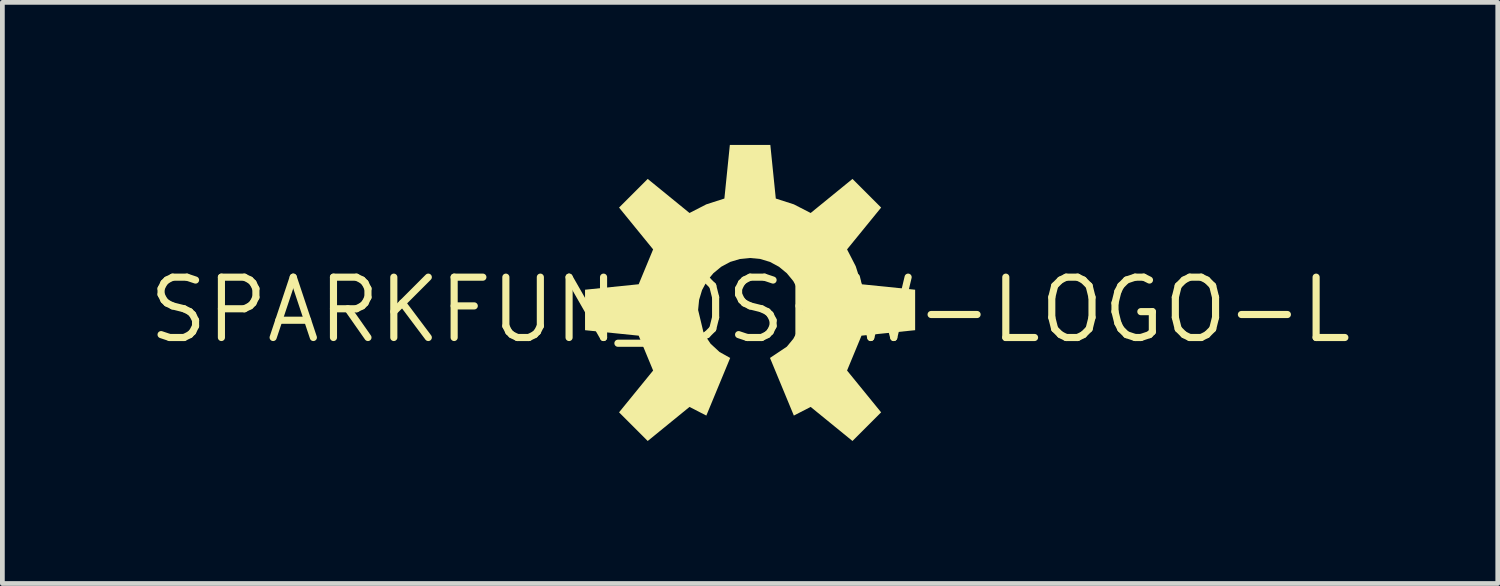
<source format=kicad_pcb>
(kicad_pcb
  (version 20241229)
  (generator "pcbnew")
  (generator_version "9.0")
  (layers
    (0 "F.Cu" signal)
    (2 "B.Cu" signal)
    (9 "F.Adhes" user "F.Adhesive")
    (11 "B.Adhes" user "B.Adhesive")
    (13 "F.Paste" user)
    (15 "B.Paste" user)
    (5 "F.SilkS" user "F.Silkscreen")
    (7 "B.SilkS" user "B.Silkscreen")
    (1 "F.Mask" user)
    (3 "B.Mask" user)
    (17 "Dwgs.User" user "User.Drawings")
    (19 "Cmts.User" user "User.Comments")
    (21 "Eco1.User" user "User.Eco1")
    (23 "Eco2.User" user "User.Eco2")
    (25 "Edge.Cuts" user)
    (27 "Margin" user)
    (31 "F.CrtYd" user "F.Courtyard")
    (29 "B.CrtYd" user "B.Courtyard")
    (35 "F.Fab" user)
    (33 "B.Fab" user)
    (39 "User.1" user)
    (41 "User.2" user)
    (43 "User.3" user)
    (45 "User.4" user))
  (footprint "SPARKFUN_OSHW-LOGO-L"
    (layer "F.Cu")
    (at 12.738 3.474)
    (property "Reference" "SPARKFUN_OSHW-LOGO-L" (at 0 0 0) (layer "F.SilkS") (effects (font (size 1.27 1.27) (thickness 0.15))))
    (attr through_hole)
    (fp_poly (pts (xy 0.921 2.223) (xy 1.275 2.041) (xy 2.155 2.758) (xy 2.758 2.155) (xy 2.041 1.275) (xy 2.345 0.541) (xy 3.474 0.426) (xy 3.474 -0.426) (xy 2.345 -0.541) (xy 2.223 -0.921) (xy 2.041 -1.275) (xy 2.758 -2.155) (xy 2.155 -2.758) (xy 1.275 -2.041) (xy 0.921 -2.223) (xy 0.541 -2.345) (xy 0.426 -3.474) (xy -0.426 -3.474) (xy -0.541 -2.345) (xy -0.921 -2.223) (xy -1.275 -2.041) (xy -2.155 -2.758) (xy -2.758 -2.155) (xy -2.041 -1.275) (xy -2.345 -0.541) (xy -3.474 -0.426) (xy -3.474 0.426) (xy -2.345 0.541) (xy -2.041 1.275) (xy -2.758 2.155) (xy -2.155 2.758) (xy -1.275 2.041) (xy -0.921 2.223) (xy -0.419 1.01) (xy -0.643 0.885) (xy -0.832 0.71) (xy -0.975 0.497) (xy -1.094 0) (xy -1.094 -0.000001) (xy -1.073 -0.213) (xy -1.011 -0.419) (xy -0.909 -0.608) (xy -0.773 -0.773) (xy -0.608 -0.909) (xy -0.419 -1.011) (xy -0.213 -1.073) (xy -0.000039 -1.094) (xy 0.213 -1.073) (xy 0.419 -1.011) (xy 0.608 -0.909) (xy 0.773 -0.773) (xy 0.909 -0.608) (xy 1.01 -0.419) (xy 1.073 -0.213) (xy 1.094 -0.000038) (xy 1.073 0.213) (xy 1.011 0.419) (xy 0.909 0.608) (xy 0.773 0.773) (xy 0.419 1.01)) (stroke (width 0) (type solid)) (fill yes) (layer "F.SilkS")))
  (gr_rect
    (start -3 -3)
    (end 28.475 9.232)
    (stroke (width 0.1) (type default))
    (fill no)
    (layer "Edge.Cuts")))
</source>
